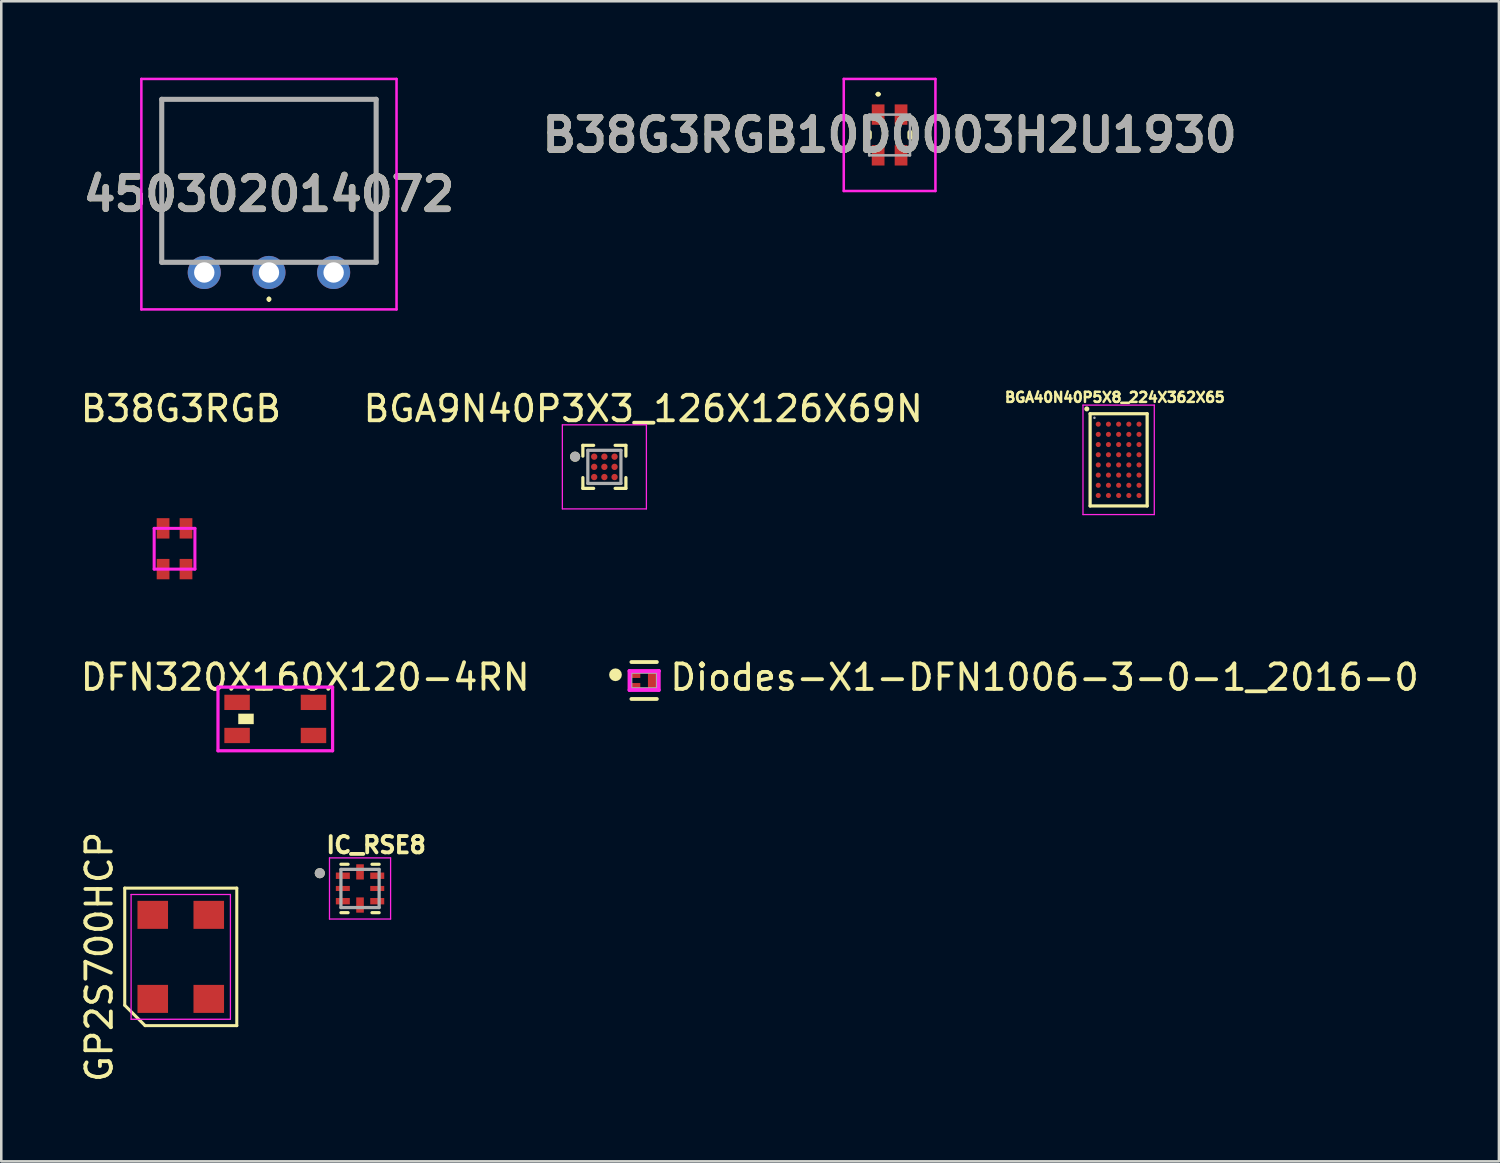
<source format=kicad_pcb>
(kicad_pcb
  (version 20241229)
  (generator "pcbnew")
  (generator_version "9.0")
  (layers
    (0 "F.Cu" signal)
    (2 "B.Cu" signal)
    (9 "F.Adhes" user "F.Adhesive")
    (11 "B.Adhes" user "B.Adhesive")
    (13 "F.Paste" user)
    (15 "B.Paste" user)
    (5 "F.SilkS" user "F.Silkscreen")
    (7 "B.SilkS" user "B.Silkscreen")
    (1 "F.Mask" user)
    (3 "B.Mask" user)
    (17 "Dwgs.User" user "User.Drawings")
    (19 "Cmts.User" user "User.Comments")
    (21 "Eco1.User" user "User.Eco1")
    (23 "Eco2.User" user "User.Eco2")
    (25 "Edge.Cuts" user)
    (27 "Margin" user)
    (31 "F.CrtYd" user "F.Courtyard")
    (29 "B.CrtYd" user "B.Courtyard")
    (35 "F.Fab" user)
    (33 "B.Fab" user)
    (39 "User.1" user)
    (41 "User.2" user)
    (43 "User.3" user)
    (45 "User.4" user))
  (footprint "B38G3RGB"
    (layer "F.Cu")
    (at 3.554 18.498)
    (property "Reference" "B38G3RGB" (at 0.5 -5.5 0) (layer "F.SilkS") (effects (font (size 1 1) (thickness 0.15))))
    (attr through_hole)
    (fp_line (start -0.55 -0.8) (end 1.05 -0.8) (stroke (width 0.12) (type solid)) (layer "F.CrtYd"))
    (fp_line (start -0.55 0.8) (end -0.55 -0.8) (stroke (width 0.12) (type solid)) (layer "F.CrtYd"))
    (fp_line (start 1.05 -0.8) (end 1.05 0.8) (stroke (width 0.12) (type solid)) (layer "F.CrtYd"))
    (fp_line (start 1.05 0.8) (end -0.55 0.8) (stroke (width 0.12) (type solid)) (layer "F.CrtYd"))
    (pad "1" smd rect (at 0.7 0.8) (size 0.5 0.8) (layers "F.Cu" "F.Mask" "F.Paste"))
    (pad "2" smd rect (at -0.2 0.8) (size 0.5 0.8) (layers "F.Cu" "F.Mask" "F.Paste"))
    (pad "3" smd rect (at -0.2 -0.8) (size 0.5 0.8) (layers "F.Cu" "F.Mask" "F.Paste"))
    (pad "4" smd rect (at 0.7 -0.8) (size 0.5 0.8) (layers "F.Cu" "F.Mask" "F.Paste")))
  (footprint "450302014072"
    (layer "F.Cu")
    (at 7.511 7.65)
    (property "Reference" "450302014072" (at 0 -3.075 0) (layer "F.SilkS") (effects (font (size 1.27 1.27) (thickness 0.254))))
    (attr through_hole)
    (fp_line (start -4.21 -6.8) (end 4.21 -6.8) (stroke (width 0.1) (type solid)) (layer "F.SilkS"))
    (fp_line (start -4.21 -0.4) (end -4.21 -6.8) (stroke (width 0.1) (type solid)) (layer "F.SilkS"))
    (fp_line (start -3.54 -0.4) (end -4.21 -0.4) (stroke (width 0.1) (type solid)) (layer "F.SilkS"))
    (fp_line (start 0 1) (end 0 1) (stroke (width 0.1) (type solid)) (layer "F.SilkS"))
    (fp_line (start 0 1.1) (end 0 1.1) (stroke (width 0.1) (type solid)) (layer "F.SilkS"))
    (fp_line (start 4.21 -6.8) (end 4.21 -0.4) (stroke (width 0.1) (type solid)) (layer "F.SilkS"))
    (fp_line (start 4.21 -0.4) (end 3.46 -0.4) (stroke (width 0.1) (type solid)) (layer "F.SilkS"))
    (fp_arc (start 0 1) (mid 0.05 1.05) (end 0 1.1) (stroke (width 0.1) (type solid)) (layer "F.SilkS"))
    (fp_arc (start 0 1.1) (mid -0.05 1.05) (end 0 1) (stroke (width 0.1) (type solid)) (layer "F.SilkS"))
    (fp_line (start -5.01 -7.6) (end 5.01 -7.6) (stroke (width 0.1) (type solid)) (layer "F.CrtYd"))
    (fp_line (start -5.01 1.45) (end -5.01 -7.6) (stroke (width 0.1) (type solid)) (layer "F.CrtYd"))
    (fp_line (start 5.01 -7.6) (end 5.01 1.45) (stroke (width 0.1) (type solid)) (layer "F.CrtYd"))
    (fp_line (start 5.01 1.45) (end -5.01 1.45) (stroke (width 0.1) (type solid)) (layer "F.CrtYd"))
    (fp_line (start -4.21 -6.8) (end 4.21 -6.8) (stroke (width 0.2) (type solid)) (layer "F.Fab"))
    (fp_line (start -4.21 -0.4) (end -4.21 -6.8) (stroke (width 0.2) (type solid)) (layer "F.Fab"))
    (fp_line (start 4.21 -6.8) (end 4.21 -0.4) (stroke (width 0.2) (type solid)) (layer "F.Fab"))
    (fp_line (start 4.21 -0.4) (end -4.21 -0.4) (stroke (width 0.2) (type solid)) (layer "F.Fab"))
    (fp_text user "${REFERENCE}" (at 0 -3.075 0) (layer "F.Fab") (effects (font (size 1.27 1.27) (thickness 0.254))))
    (pad "1" thru_hole circle (at 0 0) (size 1.3 1.3) (drill 0.8) (layers "*.Cu" "*.Mask"))
    (pad "2" thru_hole circle (at -2.54 0) (size 1.3 1.3) (drill 0.8) (layers "*.Cu" "*.Mask"))
    (pad "3" thru_hole circle (at 2.54 0) (size 1.3 1.3) (drill 0.8) (layers "*.Cu" "*.Mask")))
  (footprint "IC_RSE8"
    (layer "F.Cu")
    (at 11.088 31.839)
    (property "Reference" "IC_RSE8" (at 0.632 -1.706 0) (layer "F.SilkS") (effects (font (size 0.64 0.64) (thickness 0.15))))
    (attr through_hole)
    (fp_line (start -0.75 -0.95) (end -0.47 -0.95) (stroke (width 0.127) (type solid)) (layer "F.SilkS"))
    (fp_line (start -0.75 0.95) (end -0.47 0.95) (stroke (width 0.127) (type solid)) (layer "F.SilkS"))
    (fp_line (start 0.75 -0.95) (end 0.47 -0.95) (stroke (width 0.127) (type solid)) (layer "F.SilkS"))
    (fp_line (start 0.75 0.95) (end 0.47 0.95) (stroke (width 0.127) (type solid)) (layer "F.SilkS"))
    (fp_circle (center -1.58 -0.6) (end -1.48 -0.6) (stroke (width 0.2) (type solid)) (fill no) (layer "F.SilkS"))
    (fp_line (start -1.2 -1.2) (end 1.2 -1.2) (stroke (width 0.05) (type solid)) (layer "F.CrtYd"))
    (fp_line (start -1.2 1.2) (end -1.2 -1.2) (stroke (width 0.05) (type solid)) (layer "F.CrtYd"))
    (fp_line (start -1.2 1.2) (end 1.2 1.2) (stroke (width 0.05) (type solid)) (layer "F.CrtYd"))
    (fp_line (start 1.2 1.2) (end 1.2 -1.2) (stroke (width 0.05) (type solid)) (layer "F.CrtYd"))
    (fp_line (start -0.75 0.75) (end -0.75 -0.75) (stroke (width 0.127) (type solid)) (layer "F.Fab"))
    (fp_line (start 0.75 -0.75) (end -0.75 -0.75) (stroke (width 0.127) (type solid)) (layer "F.Fab"))
    (fp_line (start 0.75 0.75) (end -0.75 0.75) (stroke (width 0.127) (type solid)) (layer "F.Fab"))
    (fp_line (start 0.75 0.75) (end 0.75 -0.75) (stroke (width 0.127) (type solid)) (layer "F.Fab"))
    (fp_circle (center -1.58 -0.6) (end -1.48 -0.6) (stroke (width 0.2) (type solid)) (fill no) (layer "F.Fab"))
    (pad "1" smd roundrect (at -0.675 -0.5) (size 0.55 0.25) (layers "F.Cu" "F.Mask" "F.Paste") (roundrect_rratio 0.03))
    (pad "2" smd roundrect (at -0.675 0) (size 0.55 0.2) (layers "F.Cu" "F.Mask" "F.Paste") (roundrect_rratio 0.03))
    (pad "3" smd roundrect (at -0.675 0.5) (size 0.55 0.25) (layers "F.Cu" "F.Mask" "F.Paste") (roundrect_rratio 0.03))
    (pad "4" smd roundrect (at 0 0.65) (size 0.3 0.6) (layers "F.Cu" "F.Mask" "F.Paste") (roundrect_rratio 0.04))
    (pad "5" smd roundrect (at 0.675 0.5) (size 0.55 0.25) (layers "F.Cu" "F.Mask" "F.Paste") (roundrect_rratio 0.03))
    (pad "6" smd roundrect (at 0.675 0) (size 0.55 0.2) (layers "F.Cu" "F.Mask" "F.Paste") (roundrect_rratio 0.03))
    (pad "7" smd roundrect (at 0.675 -0.5) (size 0.55 0.25) (layers "F.Cu" "F.Mask" "F.Paste") (roundrect_rratio 0.03))
    (pad "8" smd roundrect (at 0 -0.65) (size 0.3 0.6) (layers "F.Cu" "F.Mask" "F.Paste") (roundrect_rratio 0.04)))
  (footprint "B38G3RGB10D0003H2U1930"
    (layer "F.Cu")
    (at 31.883 2.25)
    (property "Reference" "B38G3RGB10D0003H2U1930" (at 0 0 0) (layer "F.SilkS") (effects (font (size 1.27 1.27) (thickness 0.254))))
    (attr smd)
    (fp_line (start -0.8 -0.1) (end -0.8 0.1) (stroke (width 0.2) (type solid)) (layer "F.SilkS"))
    (fp_line (start -0.5 -1.6) (end -0.5 -1.6) (stroke (width 0.1) (type solid)) (layer "F.SilkS"))
    (fp_line (start -0.4 -1.6) (end -0.4 -1.6) (stroke (width 0.1) (type solid)) (layer "F.SilkS"))
    (fp_line (start 0.8 -0.1) (end 0.8 0.1) (stroke (width 0.2) (type solid)) (layer "F.SilkS"))
    (fp_arc (start -0.5 -1.6) (mid -0.45 -1.65) (end -0.4 -1.6) (stroke (width 0.1) (type solid)) (layer "F.SilkS"))
    (fp_arc (start -0.4 -1.6) (mid -0.45 -1.55) (end -0.5 -1.6) (stroke (width 0.1) (type solid)) (layer "F.SilkS"))
    (fp_line (start -1.8 -2.2) (end 1.8 -2.2) (stroke (width 0.1) (type solid)) (layer "F.CrtYd"))
    (fp_line (start -1.8 2.2) (end -1.8 -2.2) (stroke (width 0.1) (type solid)) (layer "F.CrtYd"))
    (fp_line (start 1.8 -2.2) (end 1.8 2.2) (stroke (width 0.1) (type solid)) (layer "F.CrtYd"))
    (fp_line (start 1.8 2.2) (end -1.8 2.2) (stroke (width 0.1) (type solid)) (layer "F.CrtYd"))
    (fp_line (start -0.8 -0.8) (end 0.8 -0.8) (stroke (width 0.1) (type solid)) (layer "F.Fab"))
    (fp_line (start -0.8 0.8) (end -0.8 -0.8) (stroke (width 0.1) (type solid)) (layer "F.Fab"))
    (fp_line (start 0.8 -0.8) (end 0.8 0.8) (stroke (width 0.1) (type solid)) (layer "F.Fab"))
    (fp_line (start 0.8 0.8) (end -0.8 0.8) (stroke (width 0.1) (type solid)) (layer "F.Fab"))
    (fp_text user "${REFERENCE}" (at 0 0 0) (layer "F.Fab") (effects (font (size 1.27 1.27) (thickness 0.254))))
    (pad "1" smd rect (at -0.45 -0.8) (size 0.5 0.8) (layers "F.Cu" "F.Mask" "F.Paste"))
    (pad "2" smd rect (at 0.45 -0.8) (size 0.5 0.8) (layers "F.Cu" "F.Mask" "F.Paste"))
    (pad "3" smd rect (at 0.45 0.8) (size 0.5 0.8) (layers "F.Cu" "F.Mask" "F.Paste"))
    (pad "4" smd rect (at -0.45 0.8) (size 0.5 0.8) (layers "F.Cu" "F.Mask" "F.Paste")))
  (footprint "BGA9N40P3X3_126X126X69N"
    (layer "F.Cu")
    (at 20.683 15.283)
    (property "Reference" "BGA9N40P3X3_126X126X69N" (at 1.525 -2.285 0) (layer "F.SilkS") (effects (font (size 1 1) (thickness 0.15))))
    (attr through_hole)
    (fp_line (start -0.845 -0.845) (end -0.845 -0.422) (stroke (width 0.127) (type solid)) (layer "F.SilkS"))
    (fp_line (start -0.845 -0.845) (end -0.422 -0.845) (stroke (width 0.127) (type solid)) (layer "F.SilkS"))
    (fp_line (start -0.845 0.845) (end -0.845 0.422) (stroke (width 0.127) (type solid)) (layer "F.SilkS"))
    (fp_line (start -0.845 0.845) (end -0.422 0.845) (stroke (width 0.127) (type solid)) (layer "F.SilkS"))
    (fp_line (start 0.845 -0.845) (end 0.422 -0.845) (stroke (width 0.127) (type solid)) (layer "F.SilkS"))
    (fp_line (start 0.845 -0.845) (end 0.845 -0.422) (stroke (width 0.127) (type solid)) (layer "F.SilkS"))
    (fp_line (start 0.845 0.845) (end 0.422 0.845) (stroke (width 0.127) (type solid)) (layer "F.SilkS"))
    (fp_line (start 0.845 0.845) (end 0.845 0.422) (stroke (width 0.127) (type solid)) (layer "F.SilkS"))
    (fp_circle (center -1.15 -0.4) (end -1.05 -0.4) (stroke (width 0.2) (type solid)) (fill no) (layer "F.SilkS"))
    (fp_line (start -1.65 -1.65) (end 1.65 -1.65) (stroke (width 0.05) (type solid)) (layer "F.CrtYd"))
    (fp_line (start -1.65 1.65) (end -1.65 -1.65) (stroke (width 0.05) (type solid)) (layer "F.CrtYd"))
    (fp_line (start -1.65 1.65) (end 1.65 1.65) (stroke (width 0.05) (type solid)) (layer "F.CrtYd"))
    (fp_line (start 1.65 1.65) (end 1.65 -1.65) (stroke (width 0.05) (type solid)) (layer "F.CrtYd"))
    (fp_line (start -0.65 0.65) (end -0.65 -0.65) (stroke (width 0.127) (type solid)) (layer "F.Fab"))
    (fp_line (start 0.65 -0.65) (end -0.65 -0.65) (stroke (width 0.127) (type solid)) (layer "F.Fab"))
    (fp_line (start 0.65 0.65) (end -0.65 0.65) (stroke (width 0.127) (type solid)) (layer "F.Fab"))
    (fp_line (start 0.65 0.65) (end 0.65 -0.65) (stroke (width 0.127) (type solid)) (layer "F.Fab"))
    (fp_circle (center -1.15 -0.4) (end -1.05 -0.4) (stroke (width 0.2) (type solid)) (fill no) (layer "F.Fab"))
    (pad "A1" smd circle (at -0.4 -0.4) (size 0.25 0.25) (layers "F.Cu" "F.Mask" "F.Paste"))
    (pad "A2" smd circle (at 0 -0.4) (size 0.25 0.25) (layers "F.Cu" "F.Mask" "F.Paste"))
    (pad "A3" smd circle (at 0.4 -0.4) (size 0.25 0.25) (layers "F.Cu" "F.Mask" "F.Paste"))
    (pad "B1" smd circle (at -0.4 0) (size 0.25 0.25) (layers "F.Cu" "F.Mask" "F.Paste"))
    (pad "B2" smd circle (at 0 0) (size 0.25 0.25) (layers "F.Cu" "F.Mask" "F.Paste"))
    (pad "B3" smd circle (at 0.4 0) (size 0.25 0.25) (layers "F.Cu" "F.Mask" "F.Paste"))
    (pad "C1" smd circle (at -0.4 0.4) (size 0.25 0.25) (layers "F.Cu" "F.Mask" "F.Paste"))
    (pad "C2" smd circle (at 0 0.4) (size 0.25 0.25) (layers "F.Cu" "F.Mask" "F.Paste"))
    (pad "C3" smd circle (at 0.4 0.4) (size 0.25 0.25) (layers "F.Cu" "F.Mask" "F.Paste")))
  (footprint "DFN320X160X120-4RN"
    (layer "F.Cu")
    (at 7.76 25.181)
    (property "Reference" "DFN320X160X120-4RN" (at 1.175 -1.635 0) (layer "F.SilkS") (effects (font (size 1 1) (thickness 0.15))))
    (attr through_hole)
    (fp_poly (pts (xy -1.45 -0.2) (xy -0.85 -0.2) (xy -0.85 0.2) (xy -1.45 0.2)) (stroke (width 0.01) (type solid)) (fill yes) (layer "F.SilkS"))
    (fp_line (start -2.25 -1.25) (end 2.25 -1.25) (stroke (width 0.127) (type solid)) (layer "F.CrtYd"))
    (fp_line (start -2.25 1.25) (end -2.25 -1.25) (stroke (width 0.127) (type solid)) (layer "F.CrtYd"))
    (fp_line (start 2.25 -1.25) (end 2.25 1.25) (stroke (width 0.127) (type solid)) (layer "F.CrtYd"))
    (fp_line (start 2.25 1.25) (end -2.25 1.25) (stroke (width 0.127) (type solid)) (layer "F.CrtYd"))
    (pad "1" smd rect (at -1.5 0.65) (size 1 0.6) (layers "F.Cu" "F.Mask" "F.Paste"))
    (pad "2" smd rect (at 1.5 0.65) (size 1 0.6) (layers "F.Cu" "F.Mask" "F.Paste"))
    (pad "3" smd rect (at 1.5 -0.65) (size 1 0.6) (layers "F.Cu" "F.Mask" "F.Paste"))
    (pad "4" smd rect (at -1.5 -0.65) (size 1 0.6) (layers "F.Cu" "F.Mask" "F.Paste")))
  (footprint "Diodes-X1-DFN1006-3-0-1_2016-0"
    (layer "F.Cu")
    (at 22.244 23.672)
    (property "Reference" "Diodes-X1-DFN1006-3-0-1_2016-0" (at 0.935 -0.125 0) (layer "F.SilkS") (effects (font (size 1 1) (thickness 0.15)) (justify left)))
    (attr through_hole)
    (fp_line (start 0.5 -0.725) (end -0.5 -0.725) (stroke (width 0.15) (type solid)) (layer "F.SilkS"))
    (fp_line (start 0.5 0.725) (end -0.5 0.725) (stroke (width 0.15) (type solid)) (layer "F.SilkS"))
    (fp_circle (center -1.125 -0.225) (end -1 -0.225) (stroke (width 0.25) (type solid)) (fill no) (layer "F.SilkS"))
    (fp_line (start -0.575 -0.375) (end -0.575 0.375) (stroke (width 0.15) (type solid)) (layer "F.CrtYd"))
    (fp_line (start -0.575 0.375) (end 0.575 0.375) (stroke (width 0.15) (type solid)) (layer "F.CrtYd"))
    (fp_line (start 0.575 -0.375) (end -0.575 -0.375) (stroke (width 0.15) (type solid)) (layer "F.CrtYd"))
    (fp_line (start 0.575 -0.375) (end 0.575 -0.375) (stroke (width 0.15) (type solid)) (layer "F.CrtYd"))
    (fp_line (start 0.575 0.375) (end 0.575 -0.375) (stroke (width 0.15) (type solid)) (layer "F.CrtYd"))
    (fp_line (start -0.537 -0.338) (end 0.537 -0.338) (stroke (width 0.15) (type solid)) (layer "F.Fab"))
    (fp_line (start -0.537 0.338) (end -0.537 -0.338) (stroke (width 0.15) (type solid)) (layer "F.Fab"))
    (fp_line (start 0.537 -0.338) (end 0.537 0.338) (stroke (width 0.15) (type solid)) (layer "F.Fab"))
    (fp_line (start 0.537 0.338) (end -0.537 0.338) (stroke (width 0.15) (type solid)) (layer "F.Fab"))
    (pad "1" smd rect (at -0.35 -0.225) (size 0.4 0.25) (layers "F.Cu" "F.Mask" "F.Paste"))
    (pad "2" smd rect (at 0.35 0) (size 0.4 0.7) (layers "F.Cu" "F.Mask" "F.Paste"))
    (pad "3" smd rect (at -0.35 0.225) (size 0.4 0.25) (layers "F.Cu" "F.Mask" "F.Paste")))
  (footprint "BGA40N40P5X8_224X362X65"
    (layer "F.Cu")
    (at 40.877 15.007)
    (property "Reference" "BGA40N40P5X8_224X362X65" (at -0.15 -2.454 0) (layer "F.SilkS") (effects (font (size 0.394 0.394) (thickness 0.15))))
    (attr through_hole)
    (fp_line (start -1.12 -1.81) (end 1.12 -1.81) (stroke (width 0.127) (type solid)) (layer "F.SilkS"))
    (fp_line (start -1.12 1.81) (end -1.12 -1.81) (stroke (width 0.127) (type solid)) (layer "F.SilkS"))
    (fp_line (start 1.12 -1.81) (end 1.12 1.81) (stroke (width 0.127) (type solid)) (layer "F.SilkS"))
    (fp_line (start 1.12 1.81) (end -1.12 1.81) (stroke (width 0.127) (type solid)) (layer "F.SilkS"))
    (fp_circle (center -1.25 -2) (end -1.15 -2) (stroke (width 0) (type solid)) (fill yes) (layer "F.SilkS"))
    (fp_line (start -1.4 -2.15) (end 1.4 -2.15) (stroke (width 0.05) (type solid)) (layer "F.CrtYd"))
    (fp_line (start -1.4 2.15) (end -1.4 -2.15) (stroke (width 0.05) (type solid)) (layer "F.CrtYd"))
    (fp_line (start 1.4 -2.15) (end 1.4 2.15) (stroke (width 0.05) (type solid)) (layer "F.CrtYd"))
    (fp_line (start 1.4 2.15) (end -1.4 2.15) (stroke (width 0.05) (type solid)) (layer "F.CrtYd"))
    (fp_circle (center -0.95 -1.65) (end -0.9 -1.65) (stroke (width 0) (type solid)) (fill yes) (layer "F.Fab"))
    (pad "A1" smd circle (at -0.8 -1.4) (size 0.2 0.2) (layers "F.Cu" "F.Mask" "F.Paste"))
    (pad "A2" smd circle (at -0.4 -1.4) (size 0.2 0.2) (layers "F.Cu" "F.Mask" "F.Paste"))
    (pad "A3" smd circle (at 0 -1.4) (size 0.2 0.2) (layers "F.Cu" "F.Mask" "F.Paste"))
    (pad "A4" smd circle (at 0.4 -1.4) (size 0.2 0.2) (layers "F.Cu" "F.Mask" "F.Paste"))
    (pad "A5" smd circle (at 0.8 -1.4) (size 0.2 0.2) (layers "F.Cu" "F.Mask" "F.Paste"))
    (pad "B1" smd circle (at -0.8 -1) (size 0.2 0.2) (layers "F.Cu" "F.Mask" "F.Paste"))
    (pad "B2" smd circle (at -0.4 -1) (size 0.2 0.2) (layers "F.Cu" "F.Mask" "F.Paste"))
    (pad "B3" smd circle (at 0 -1) (size 0.2 0.2) (layers "F.Cu" "F.Mask" "F.Paste"))
    (pad "B4" smd circle (at 0.4 -1) (size 0.2 0.2) (layers "F.Cu" "F.Mask" "F.Paste"))
    (pad "B5" smd circle (at 0.8 -1) (size 0.2 0.2) (layers "F.Cu" "F.Mask" "F.Paste"))
    (pad "C1" smd circle (at -0.8 -0.6) (size 0.2 0.2) (layers "F.Cu" "F.Mask" "F.Paste"))
    (pad "C2" smd circle (at -0.4 -0.6) (size 0.2 0.2) (layers "F.Cu" "F.Mask" "F.Paste"))
    (pad "C3" smd circle (at 0 -0.6) (size 0.2 0.2) (layers "F.Cu" "F.Mask" "F.Paste"))
    (pad "C4" smd circle (at 0.4 -0.6) (size 0.2 0.2) (layers "F.Cu" "F.Mask" "F.Paste"))
    (pad "C5" smd circle (at 0.8 -0.6) (size 0.2 0.2) (layers "F.Cu" "F.Mask" "F.Paste"))
    (pad "D1" smd circle (at -0.8 -0.2) (size 0.2 0.2) (layers "F.Cu" "F.Mask" "F.Paste"))
    (pad "D2" smd circle (at -0.4 -0.2) (size 0.2 0.2) (layers "F.Cu" "F.Mask" "F.Paste"))
    (pad "D3" smd circle (at 0 -0.2) (size 0.2 0.2) (layers "F.Cu" "F.Mask" "F.Paste"))
    (pad "D4" smd circle (at 0.4 -0.2) (size 0.2 0.2) (layers "F.Cu" "F.Mask" "F.Paste"))
    (pad "D5" smd circle (at 0.8 -0.2) (size 0.2 0.2) (layers "F.Cu" "F.Mask" "F.Paste"))
    (pad "E1" smd circle (at -0.8 0.2) (size 0.2 0.2) (layers "F.Cu" "F.Mask" "F.Paste"))
    (pad "E2" smd circle (at -0.4 0.2) (size 0.2 0.2) (layers "F.Cu" "F.Mask" "F.Paste"))
    (pad "E3" smd circle (at 0 0.2) (size 0.2 0.2) (layers "F.Cu" "F.Mask" "F.Paste"))
    (pad "E4" smd circle (at 0.4 0.2) (size 0.2 0.2) (layers "F.Cu" "F.Mask" "F.Paste"))
    (pad "E5" smd circle (at 0.8 0.2) (size 0.2 0.2) (layers "F.Cu" "F.Mask" "F.Paste"))
    (pad "F1" smd circle (at -0.8 0.6) (size 0.2 0.2) (layers "F.Cu" "F.Mask" "F.Paste"))
    (pad "F2" smd circle (at -0.4 0.6) (size 0.2 0.2) (layers "F.Cu" "F.Mask" "F.Paste"))
    (pad "F3" smd circle (at 0 0.6) (size 0.2 0.2) (layers "F.Cu" "F.Mask" "F.Paste"))
    (pad "F4" smd circle (at 0.4 0.6) (size 0.2 0.2) (layers "F.Cu" "F.Mask" "F.Paste"))
    (pad "F5" smd circle (at 0.8 0.6) (size 0.2 0.2) (layers "F.Cu" "F.Mask" "F.Paste"))
    (pad "G1" smd circle (at -0.8 1) (size 0.2 0.2) (layers "F.Cu" "F.Mask" "F.Paste"))
    (pad "G2" smd circle (at -0.4 1) (size 0.2 0.2) (layers "F.Cu" "F.Mask" "F.Paste"))
    (pad "G3" smd circle (at 0 1) (size 0.2 0.2) (layers "F.Cu" "F.Mask" "F.Paste"))
    (pad "G4" smd circle (at 0.4 1) (size 0.2 0.2) (layers "F.Cu" "F.Mask" "F.Paste"))
    (pad "G5" smd circle (at 0.8 1) (size 0.2 0.2) (layers "F.Cu" "F.Mask" "F.Paste"))
    (pad "H1" smd circle (at -0.8 1.4) (size 0.2 0.2) (layers "F.Cu" "F.Mask" "F.Paste"))
    (pad "H2" smd circle (at -0.4 1.4) (size 0.2 0.2) (layers "F.Cu" "F.Mask" "F.Paste"))
    (pad "H3" smd circle (at 0 1.4) (size 0.2 0.2) (layers "F.Cu" "F.Mask" "F.Paste"))
    (pad "H4" smd circle (at 0.4 1.4) (size 0.2 0.2) (layers "F.Cu" "F.Mask" "F.Paste"))
    (pad "H5" smd circle (at 0.8 1.4) (size 0.2 0.2) (layers "F.Cu" "F.Mask" "F.Paste")))
  (footprint "GP2S700HCP"
    (layer "F.Cu")
    (at 4.048 34.525)
    (property "Reference" "GP2S700HCP" (at -3.2 0 90) (layer "F.SilkS") (effects (font (size 1 1) (thickness 0.15))))
    (attr smd)
    (fp_line (start -2.2 -2.7) (end 2.2 -2.7) (stroke (width 0.12) (type solid)) (layer "F.SilkS"))
    (fp_line (start -2.2 1.9) (end -2.2 -2.7) (stroke (width 0.12) (type solid)) (layer "F.SilkS"))
    (fp_line (start -1.4 2.7) (end -2.2 1.9) (stroke (width 0.12) (type solid)) (layer "F.SilkS"))
    (fp_line (start 2.2 -2.7) (end 2.2 2.7) (stroke (width 0.12) (type solid)) (layer "F.SilkS"))
    (fp_line (start 2.2 2.7) (end -1.4 2.7) (stroke (width 0.12) (type solid)) (layer "F.SilkS"))
    (fp_line (start -1.95 -2.45) (end 1.95 -2.45) (stroke (width 0.05) (type solid)) (layer "F.CrtYd"))
    (fp_line (start -1.95 2.45) (end -1.95 -2.45) (stroke (width 0.05) (type solid)) (layer "F.CrtYd"))
    (fp_line (start 1.95 -2.45) (end 1.95 2.45) (stroke (width 0.05) (type solid)) (layer "F.CrtYd"))
    (fp_line (start 1.95 2.45) (end -1.95 2.45) (stroke (width 0.05) (type solid)) (layer "F.CrtYd"))
    (pad "1" smd rect (at -1.1 1.65) (size 1.2 1.1) (layers "F.Cu" "F.Mask" "F.Paste"))
    (pad "2" smd rect (at 1.1 1.65) (size 1.2 1.1) (layers "F.Cu" "F.Mask" "F.Paste"))
    (pad "3" smd rect (at 1.1 -1.65) (size 1.2 1.1) (layers "F.Cu" "F.Mask" "F.Paste"))
    (pad "4" smd rect (at -1.1 -1.65) (size 1.2 1.1) (layers "F.Cu" "F.Mask" "F.Paste")))
  (gr_rect
    (start -3 -3)
    (end 55.81 42.555)
    (stroke (width 0.1) (type default))
    (fill no)
    (layer "Edge.Cuts")))
</source>
